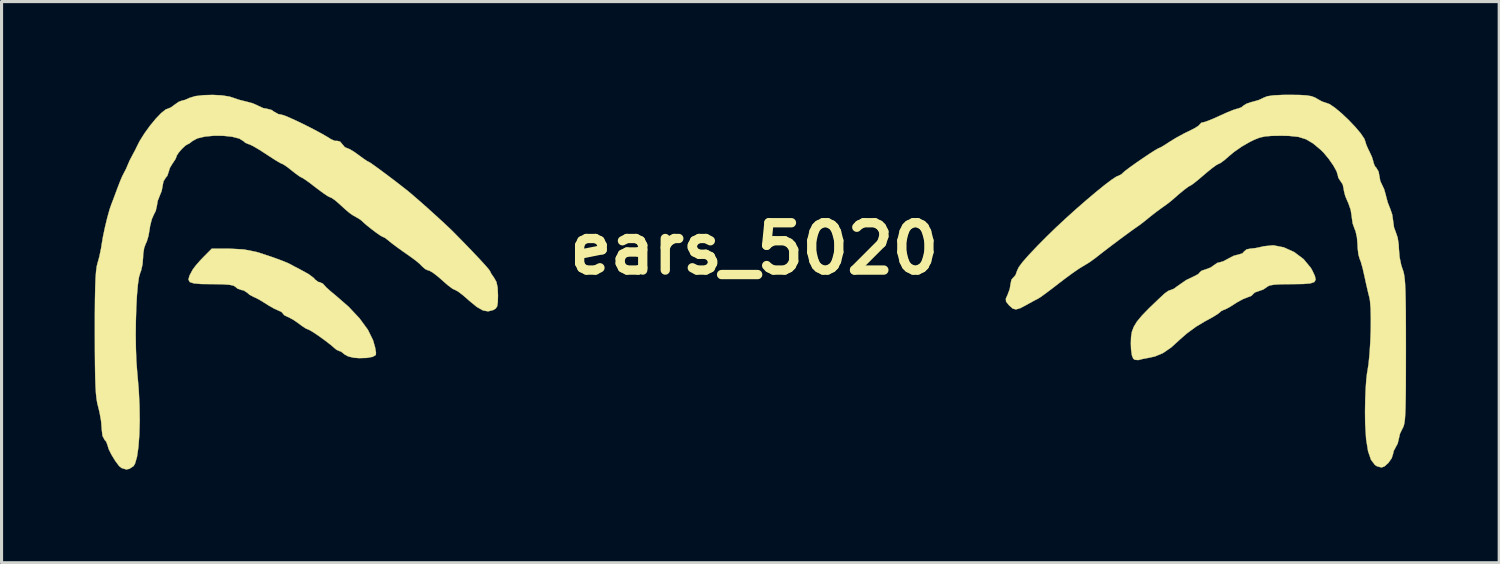
<source format=kicad_pcb>
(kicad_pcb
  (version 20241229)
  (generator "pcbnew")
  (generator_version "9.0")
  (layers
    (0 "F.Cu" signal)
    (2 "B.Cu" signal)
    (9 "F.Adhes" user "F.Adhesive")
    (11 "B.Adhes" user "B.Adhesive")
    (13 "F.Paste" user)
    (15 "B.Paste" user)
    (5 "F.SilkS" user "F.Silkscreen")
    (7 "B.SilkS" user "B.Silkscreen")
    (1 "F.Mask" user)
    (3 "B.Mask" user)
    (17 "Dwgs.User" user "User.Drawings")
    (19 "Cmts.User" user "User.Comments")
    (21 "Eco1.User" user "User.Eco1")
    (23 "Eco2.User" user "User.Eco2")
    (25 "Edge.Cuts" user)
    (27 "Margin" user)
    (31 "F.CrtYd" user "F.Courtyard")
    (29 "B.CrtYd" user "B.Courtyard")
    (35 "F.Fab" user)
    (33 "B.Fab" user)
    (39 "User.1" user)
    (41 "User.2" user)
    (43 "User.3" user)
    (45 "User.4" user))
  (footprint "ears_5020"
    (layer "F.Cu")
    (at 21.243 4.958)
    (property "Reference" "ears_5020" (at 0 0 0) (layer "F.SilkS") (effects (font (size 1.524 1.524) (thickness 0.3))))
    (attr through_hole)
    (fp_poly (pts (xy -16.443 0.025) (xy -16.035 0.106) (xy -15.943 0.133) (xy -15.545 0.265) (xy -15.225 0.381) (xy -14.999 0.474) (xy -14.922 0.514) (xy -14.799 0.581) (xy -14.637 0.664) (xy -14.637 0.665) (xy -14.355 0.819) (xy -14.185 0.947) (xy -14.141 1) (xy -14.041 1.073) (xy -14.002 1.079) (xy -13.892 1.128) (xy -13.862 1.163) (xy -13.788 1.245) (xy -13.645 1.374) (xy -13.494 1.498) (xy -13.066 1.87) (xy -12.712 2.247) (xy -12.444 2.613) (xy -12.279 2.949) (xy -12.275 2.962) (xy -12.214 3.174) (xy -12.184 3.343) (xy -12.189 3.425) (xy -12.29 3.484) (xy -12.48 3.519) (xy -12.727 3.526) (xy -12.902 3.513) (xy -13.077 3.471) (xy -13.201 3.404) (xy -13.211 3.394) (xy -13.307 3.316) (xy -13.353 3.302) (xy -13.448 3.262) (xy -13.52 3.204) (xy -13.642 3.099) (xy -13.814 2.966) (xy -14.004 2.828) (xy -14.182 2.707) (xy -14.316 2.626) (xy -14.369 2.603) (xy -14.451 2.567) (xy -14.589 2.475) (xy -14.659 2.421) (xy -14.833 2.3) (xy -14.991 2.212) (xy -15.034 2.195) (xy -15.144 2.14) (xy -15.177 2.095) (xy -15.229 2.037) (xy -15.319 1.997) (xy -15.457 1.935) (xy -15.641 1.831) (xy -15.726 1.776) (xy -15.908 1.664) (xy -16.066 1.58) (xy -16.117 1.559) (xy -16.262 1.481) (xy -16.322 1.426) (xy -16.443 1.346) (xy -16.51 1.333) (xy -16.643 1.288) (xy -16.701 1.238) (xy -16.767 1.194) (xy -16.894 1.165) (xy -17.101 1.149) (xy -17.411 1.143) (xy -17.472 1.143) (xy -17.819 1.139) (xy -18.051 1.119) (xy -18.182 1.075) (xy -18.224 0.995) (xy -18.191 0.87) (xy -18.094 0.689) (xy -18.079 0.664) (xy -17.992 0.548) (xy -17.851 0.386) (xy -17.737 0.267) (xy -17.472 0) (xy -16.916 0) (xy -16.443 0.025)) (stroke (width 0.01) (type solid)) (fill yes) (layer "F.SilkS"))
    (fp_poly (pts (xy 17.056 -0.041) (xy 17.392 0.112) (xy 17.691 0.337) (xy 17.925 0.619) (xy 17.976 0.71) (xy 18.056 0.881) (xy 18.081 1) (xy 18.037 1.076) (xy 17.911 1.119) (xy 17.687 1.138) (xy 17.352 1.143) (xy 17.314 1.143) (xy 16.973 1.147) (xy 16.741 1.161) (xy 16.596 1.187) (xy 16.52 1.227) (xy 16.513 1.234) (xy 16.398 1.314) (xy 16.252 1.366) (xy 16.12 1.412) (xy 16.066 1.464) (xy 16.066 1.464) (xy 16.011 1.52) (xy 15.896 1.564) (xy 15.741 1.625) (xy 15.546 1.731) (xy 15.458 1.788) (xy 15.292 1.892) (xy 15.166 1.957) (xy 15.127 1.968) (xy 15.036 2.012) (xy 14.999 2.048) (xy 14.913 2.114) (xy 14.746 2.216) (xy 14.533 2.332) (xy 14.503 2.348) (xy 14.228 2.513) (xy 13.938 2.726) (xy 13.72 2.916) (xy 13.425 3.184) (xy 13.164 3.363) (xy 12.907 3.471) (xy 12.709 3.515) (xy 12.525 3.549) (xy 12.389 3.583) (xy 12.37 3.589) (xy 12.256 3.579) (xy 12.206 3.545) (xy 12.163 3.438) (xy 12.135 3.238) (xy 12.129 3.045) (xy 12.135 2.848) (xy 12.162 2.678) (xy 12.222 2.518) (xy 12.324 2.35) (xy 12.482 2.159) (xy 12.706 1.927) (xy 13.008 1.638) (xy 13.215 1.445) (xy 13.334 1.36) (xy 13.409 1.333) (xy 13.511 1.294) (xy 13.6 1.228) (xy 13.909 1.013) (xy 14.176 0.885) (xy 14.301 0.818) (xy 14.351 0.761) (xy 14.406 0.712) (xy 14.537 0.668) (xy 14.537 0.668) (xy 14.698 0.608) (xy 14.799 0.536) (xy 14.916 0.457) (xy 14.978 0.444) (xy 15.098 0.41) (xy 15.255 0.328) (xy 15.272 0.318) (xy 15.439 0.231) (xy 15.589 0.191) (xy 15.598 0.191) (xy 15.723 0.151) (xy 15.771 0.095) (xy 15.855 0.024) (xy 15.977 0) (xy 16.15 -0.019) (xy 16.36 -0.064) (xy 16.395 -0.075) (xy 16.714 -0.108) (xy 17.056 -0.041)) (stroke (width 0.01) (type solid)) (fill yes) (layer "F.SilkS"))
    (fp_poly (pts (xy 17.563 -4.949) (xy 17.789 -4.936) (xy 17.947 -4.909) (xy 18.063 -4.865) (xy 18.129 -4.826) (xy 18.281 -4.741) (xy 18.399 -4.7) (xy 18.408 -4.699) (xy 18.532 -4.653) (xy 18.712 -4.529) (xy 18.924 -4.351) (xy 19.146 -4.141) (xy 19.356 -3.92) (xy 19.531 -3.713) (xy 19.648 -3.54) (xy 19.685 -3.434) (xy 19.713 -3.339) (xy 19.783 -3.184) (xy 19.812 -3.128) (xy 19.892 -2.955) (xy 19.936 -2.814) (xy 19.939 -2.787) (xy 19.985 -2.66) (xy 20.034 -2.604) (xy 20.107 -2.483) (xy 20.13 -2.356) (xy 20.162 -2.176) (xy 20.216 -2.062) (xy 20.286 -1.914) (xy 20.341 -1.721) (xy 20.345 -1.701) (xy 20.401 -1.488) (xy 20.477 -1.296) (xy 20.481 -1.289) (xy 20.547 -1.095) (xy 20.576 -0.889) (xy 20.604 -0.685) (xy 20.669 -0.508) (xy 20.721 -0.355) (xy 20.755 -0.135) (xy 20.762 0.015) (xy 20.784 0.277) (xy 20.838 0.537) (xy 20.876 0.65) (xy 20.905 0.732) (xy 20.928 0.831) (xy 20.947 0.96) (xy 20.961 1.132) (xy 20.972 1.361) (xy 20.979 1.66) (xy 20.984 2.043) (xy 20.986 2.523) (xy 20.987 3.113) (xy 20.987 3.273) (xy 20.986 3.887) (xy 20.985 4.388) (xy 20.981 4.787) (xy 20.975 5.097) (xy 20.966 5.332) (xy 20.954 5.504) (xy 20.937 5.626) (xy 20.916 5.711) (xy 20.89 5.771) (xy 20.876 5.795) (xy 20.795 5.963) (xy 20.762 6.11) (xy 20.722 6.278) (xy 20.667 6.378) (xy 20.593 6.518) (xy 20.574 6.608) (xy 20.53 6.748) (xy 20.425 6.898) (xy 20.297 7.013) (xy 20.201 7.048) (xy 20.058 7.01) (xy 19.992 6.969) (xy 19.864 6.801) (xy 19.769 6.525) (xy 19.706 6.138) (xy 19.675 5.635) (xy 19.671 5.239) (xy 19.677 4.874) (xy 19.691 4.526) (xy 19.711 4.229) (xy 19.735 4.015) (xy 19.744 3.969) (xy 19.784 3.716) (xy 19.816 3.388) (xy 19.84 3.015) (xy 19.855 2.627) (xy 19.858 2.255) (xy 19.851 1.93) (xy 19.831 1.683) (xy 19.814 1.587) (xy 19.76 1.369) (xy 19.697 1.093) (xy 19.649 0.871) (xy 19.595 0.634) (xy 19.539 0.434) (xy 19.495 0.319) (xy 19.458 0.188) (xy 19.434 -0.014) (xy 19.429 -0.139) (xy 19.41 -0.365) (xy 19.366 -0.563) (xy 19.336 -0.635) (xy 19.273 -0.809) (xy 19.243 -1.016) (xy 19.243 -1.032) (xy 19.209 -1.249) (xy 19.13 -1.474) (xy 19.113 -1.507) (xy 19.032 -1.7) (xy 18.988 -1.879) (xy 18.986 -1.912) (xy 18.952 -2.069) (xy 18.891 -2.159) (xy 18.81 -2.283) (xy 18.796 -2.354) (xy 18.756 -2.488) (xy 18.651 -2.678) (xy 18.504 -2.889) (xy 18.34 -3.087) (xy 18.246 -3.181) (xy 17.998 -3.388) (xy 17.77 -3.523) (xy 17.524 -3.6) (xy 17.218 -3.632) (xy 16.963 -3.637) (xy 16.663 -3.632) (xy 16.448 -3.614) (xy 16.274 -3.575) (xy 16.1 -3.506) (xy 15.962 -3.438) (xy 15.706 -3.291) (xy 15.45 -3.113) (xy 15.298 -2.986) (xy 15.14 -2.849) (xy 15.013 -2.756) (xy 14.957 -2.731) (xy 14.881 -2.691) (xy 14.738 -2.587) (xy 14.554 -2.437) (xy 14.489 -2.381) (xy 14.301 -2.221) (xy 14.149 -2.099) (xy 14.058 -2.036) (xy 14.045 -2.031) (xy 13.973 -1.991) (xy 13.833 -1.884) (xy 13.649 -1.732) (xy 13.462 -1.567) (xy 13.349 -1.476) (xy 13.188 -1.358) (xy 13.145 -1.328) (xy 12.947 -1.184) (xy 12.738 -1.02) (xy 12.695 -0.984) (xy 12.522 -0.845) (xy 12.362 -0.726) (xy 12.322 -0.699) (xy 12.191 -0.607) (xy 11.989 -0.46) (xy 11.745 -0.28) (xy 11.489 -0.087) (xy 11.249 0.096) (xy 11.055 0.247) (xy 11.001 0.291) (xy 10.809 0.43) (xy 10.612 0.552) (xy 10.588 0.565) (xy 10.454 0.647) (xy 10.251 0.787) (xy 10.009 0.965) (xy 9.811 1.116) (xy 9.574 1.299) (xy 9.367 1.454) (xy 9.214 1.564) (xy 9.144 1.608) (xy 9.035 1.664) (xy 8.864 1.757) (xy 8.769 1.811) (xy 8.563 1.919) (xy 8.426 1.958) (xy 8.322 1.929) (xy 8.213 1.832) (xy 8.201 1.82) (xy 8.11 1.707) (xy 8.102 1.612) (xy 8.158 1.487) (xy 8.228 1.3) (xy 8.255 1.134) (xy 8.284 0.997) (xy 8.341 0.933) (xy 8.414 0.852) (xy 8.465 0.711) (xy 8.517 0.6) (xy 8.641 0.432) (xy 8.845 0.2) (xy 9.134 -0.104) (xy 9.409 -0.381) (xy 9.707 -0.671) (xy 10.031 -0.973) (xy 10.364 -1.273) (xy 10.693 -1.56) (xy 11.002 -1.821) (xy 11.276 -2.043) (xy 11.5 -2.213) (xy 11.66 -2.319) (xy 11.734 -2.349) (xy 11.823 -2.393) (xy 11.87 -2.439) (xy 11.948 -2.507) (xy 12.099 -2.621) (xy 12.297 -2.762) (xy 12.515 -2.912) (xy 12.724 -3.052) (xy 12.899 -3.164) (xy 13.012 -3.229) (xy 13.037 -3.239) (xy 13.107 -3.271) (xy 13.245 -3.355) (xy 13.359 -3.43) (xy 13.586 -3.57) (xy 13.854 -3.715) (xy 13.997 -3.784) (xy 14.183 -3.878) (xy 14.311 -3.96) (xy 14.351 -4.005) (xy 14.402 -4.058) (xy 14.444 -4.064) (xy 14.542 -4.09) (xy 14.72 -4.159) (xy 14.944 -4.258) (xy 15.005 -4.286) (xy 15.236 -4.39) (xy 15.43 -4.468) (xy 15.555 -4.507) (xy 15.571 -4.508) (xy 15.694 -4.554) (xy 15.742 -4.597) (xy 15.851 -4.667) (xy 16.022 -4.724) (xy 16.049 -4.729) (xy 16.242 -4.784) (xy 16.4 -4.857) (xy 16.41 -4.863) (xy 16.524 -4.908) (xy 16.722 -4.937) (xy 17.02 -4.951) (xy 17.239 -4.953) (xy 17.563 -4.949)) (stroke (width 0.01) (type solid)) (fill yes) (layer "F.SilkS"))
    (fp_poly (pts (xy -17.145 -4.936) (xy -16.901 -4.897) (xy -16.81 -4.868) (xy -16.603 -4.797) (xy -16.374 -4.739) (xy -16.354 -4.735) (xy -16.157 -4.682) (xy -15.995 -4.611) (xy -15.975 -4.599) (xy -15.815 -4.526) (xy -15.707 -4.508) (xy -15.549 -4.467) (xy -15.471 -4.413) (xy -15.33 -4.334) (xy -15.24 -4.318) (xy -15.139 -4.29) (xy -14.955 -4.213) (xy -14.713 -4.102) (xy -14.441 -3.97) (xy -14.166 -3.829) (xy -13.915 -3.694) (xy -13.715 -3.578) (xy -13.636 -3.526) (xy -13.507 -3.47) (xy -13.428 -3.47) (xy -13.338 -3.447) (xy -13.274 -3.37) (xy -13.187 -3.267) (xy -13.12 -3.239) (xy -13.026 -3.202) (xy -12.873 -3.108) (xy -12.745 -3.016) (xy -12.581 -2.896) (xy -12.46 -2.815) (xy -12.415 -2.794) (xy -12.354 -2.758) (xy -12.216 -2.66) (xy -12.022 -2.519) (xy -11.796 -2.35) (xy -11.559 -2.171) (xy -11.336 -1.998) (xy -11.147 -1.849) (xy -11.049 -1.768) (xy -10.81 -1.561) (xy -10.533 -1.317) (xy -10.25 -1.061) (xy -9.987 -0.82) (xy -9.775 -0.62) (xy -9.688 -0.534) (xy -9.373 -0.214) (xy -9.09 0.079) (xy -8.85 0.332) (xy -8.666 0.534) (xy -8.548 0.67) (xy -8.509 0.729) (xy -8.473 0.805) (xy -8.387 0.929) (xy -8.382 0.935) (xy -8.304 1.074) (xy -8.265 1.26) (xy -8.255 1.502) (xy -8.26 1.727) (xy -8.281 1.858) (xy -8.331 1.932) (xy -8.409 1.978) (xy -8.572 2.02) (xy -8.741 1.989) (xy -8.94 1.875) (xy -9.19 1.669) (xy -9.207 1.653) (xy -9.386 1.498) (xy -9.534 1.385) (xy -9.623 1.335) (xy -9.628 1.334) (xy -9.714 1.294) (xy -9.851 1.193) (xy -9.929 1.127) (xy -10.177 0.909) (xy -10.352 0.773) (xy -10.466 0.708) (xy -10.508 0.699) (xy -10.601 0.656) (xy -10.681 0.587) (xy -10.771 0.496) (xy -10.871 0.41) (xy -11.007 0.307) (xy -11.21 0.163) (xy -11.306 0.097) (xy -11.508 -0.048) (xy -11.685 -0.181) (xy -11.783 -0.262) (xy -11.897 -0.35) (xy -11.967 -0.381) (xy -12.036 -0.417) (xy -12.169 -0.509) (xy -12.33 -0.631) (xy -12.486 -0.755) (xy -12.602 -0.857) (xy -12.636 -0.893) (xy -12.712 -0.95) (xy -12.823 -1.015) (xy -12.937 -1.08) (xy -13.042 -1.154) (xy -13.171 -1.263) (xy -13.357 -1.433) (xy -13.37 -1.445) (xy -13.513 -1.567) (xy -13.624 -1.641) (xy -13.655 -1.651) (xy -13.732 -1.688) (xy -13.879 -1.786) (xy -14.068 -1.926) (xy -14.123 -1.968) (xy -14.316 -2.116) (xy -14.471 -2.227) (xy -14.561 -2.283) (xy -14.571 -2.286) (xy -14.641 -2.323) (xy -14.774 -2.419) (xy -14.887 -2.508) (xy -15.044 -2.631) (xy -15.164 -2.712) (xy -15.206 -2.731) (xy -15.277 -2.764) (xy -15.426 -2.852) (xy -15.627 -2.981) (xy -15.728 -3.048) (xy -15.949 -3.19) (xy -16.135 -3.299) (xy -16.258 -3.359) (xy -16.285 -3.365) (xy -16.393 -3.41) (xy -16.441 -3.455) (xy -16.583 -3.544) (xy -16.814 -3.604) (xy -17.1 -3.635) (xy -17.405 -3.637) (xy -17.696 -3.609) (xy -17.937 -3.551) (xy -18.087 -3.47) (xy -18.19 -3.39) (xy -18.242 -3.365) (xy -18.319 -3.321) (xy -18.431 -3.216) (xy -18.538 -3.093) (xy -18.601 -2.995) (xy -18.605 -2.976) (xy -18.642 -2.883) (xy -18.729 -2.752) (xy -18.733 -2.748) (xy -18.822 -2.601) (xy -18.86 -2.476) (xy -18.905 -2.343) (xy -18.955 -2.286) (xy -19.029 -2.165) (xy -19.052 -2.04) (xy -19.087 -1.855) (xy -19.145 -1.714) (xy -19.215 -1.536) (xy -19.238 -1.395) (xy -19.277 -1.217) (xy -19.339 -1.095) (xy -19.403 -0.95) (xy -19.457 -0.74) (xy -19.475 -0.62) (xy -19.513 -0.403) (xy -19.568 -0.223) (xy -19.599 -0.16) (xy -19.65 -0.024) (xy -19.681 0.178) (xy -19.685 0.284) (xy -19.704 0.51) (xy -19.75 0.712) (xy -19.776 0.776) (xy -19.818 0.922) (xy -19.854 1.173) (xy -19.883 1.506) (xy -19.904 1.899) (xy -19.917 2.33) (xy -19.922 2.776) (xy -19.916 3.215) (xy -19.901 3.625) (xy -19.874 3.983) (xy -19.869 4.032) (xy -19.825 4.546) (xy -19.8 5.058) (xy -19.793 5.548) (xy -19.806 5.999) (xy -19.835 6.39) (xy -19.881 6.705) (xy -19.944 6.923) (xy -19.989 7.001) (xy -20.125 7.091) (xy -20.225 7.112) (xy -20.377 7.066) (xy -20.458 7.001) (xy -20.582 6.834) (xy -20.701 6.639) (xy -20.791 6.46) (xy -20.828 6.338) (xy -20.828 6.334) (xy -20.873 6.216) (xy -20.923 6.16) (xy -20.991 6.032) (xy -21.018 5.811) (xy -21.018 5.784) (xy -21.037 5.552) (xy -21.086 5.277) (xy -21.127 5.109) (xy -21.159 4.983) (xy -21.184 4.837) (xy -21.203 4.656) (xy -21.217 4.425) (xy -21.227 4.127) (xy -21.233 3.747) (xy -21.237 3.271) (xy -21.238 2.731) (xy -21.238 2.124) (xy -21.234 1.633) (xy -21.226 1.244) (xy -21.215 0.945) (xy -21.198 0.724) (xy -21.177 0.568) (xy -21.154 0.476) (xy -21.094 0.259) (xy -21.039 -0.004) (xy -21.02 -0.127) (xy -20.976 -0.387) (xy -20.911 -0.694) (xy -20.836 -1.004) (xy -20.761 -1.271) (xy -20.706 -1.429) (xy -20.657 -1.555) (xy -20.583 -1.753) (xy -20.515 -1.937) (xy -20.432 -2.152) (xy -20.358 -2.328) (xy -20.315 -2.413) (xy -20.241 -2.554) (xy -20.219 -2.603) (xy -20.116 -2.843) (xy -20.011 -3.042) (xy -20.008 -3.048) (xy -19.932 -3.189) (xy -19.909 -3.239) (xy -19.798 -3.461) (xy -19.643 -3.709) (xy -19.462 -3.959) (xy -19.274 -4.187) (xy -19.099 -4.369) (xy -18.956 -4.483) (xy -18.885 -4.508) (xy -18.791 -4.547) (xy -18.669 -4.636) (xy -18.54 -4.727) (xy -18.444 -4.763) (xy -18.336 -4.79) (xy -18.186 -4.857) (xy -18.184 -4.857) (xy -18.003 -4.912) (xy -17.74 -4.943) (xy -17.44 -4.951) (xy -17.145 -4.936)) (stroke (width 0.01) (type solid)) (fill yes) (layer "F.SilkS")))
  (gr_rect
    (start -3 -3)
    (end 45.235 15.075)
    (stroke (width 0.1) (type default))
    (fill no)
    (layer "Edge.Cuts")))
</source>
